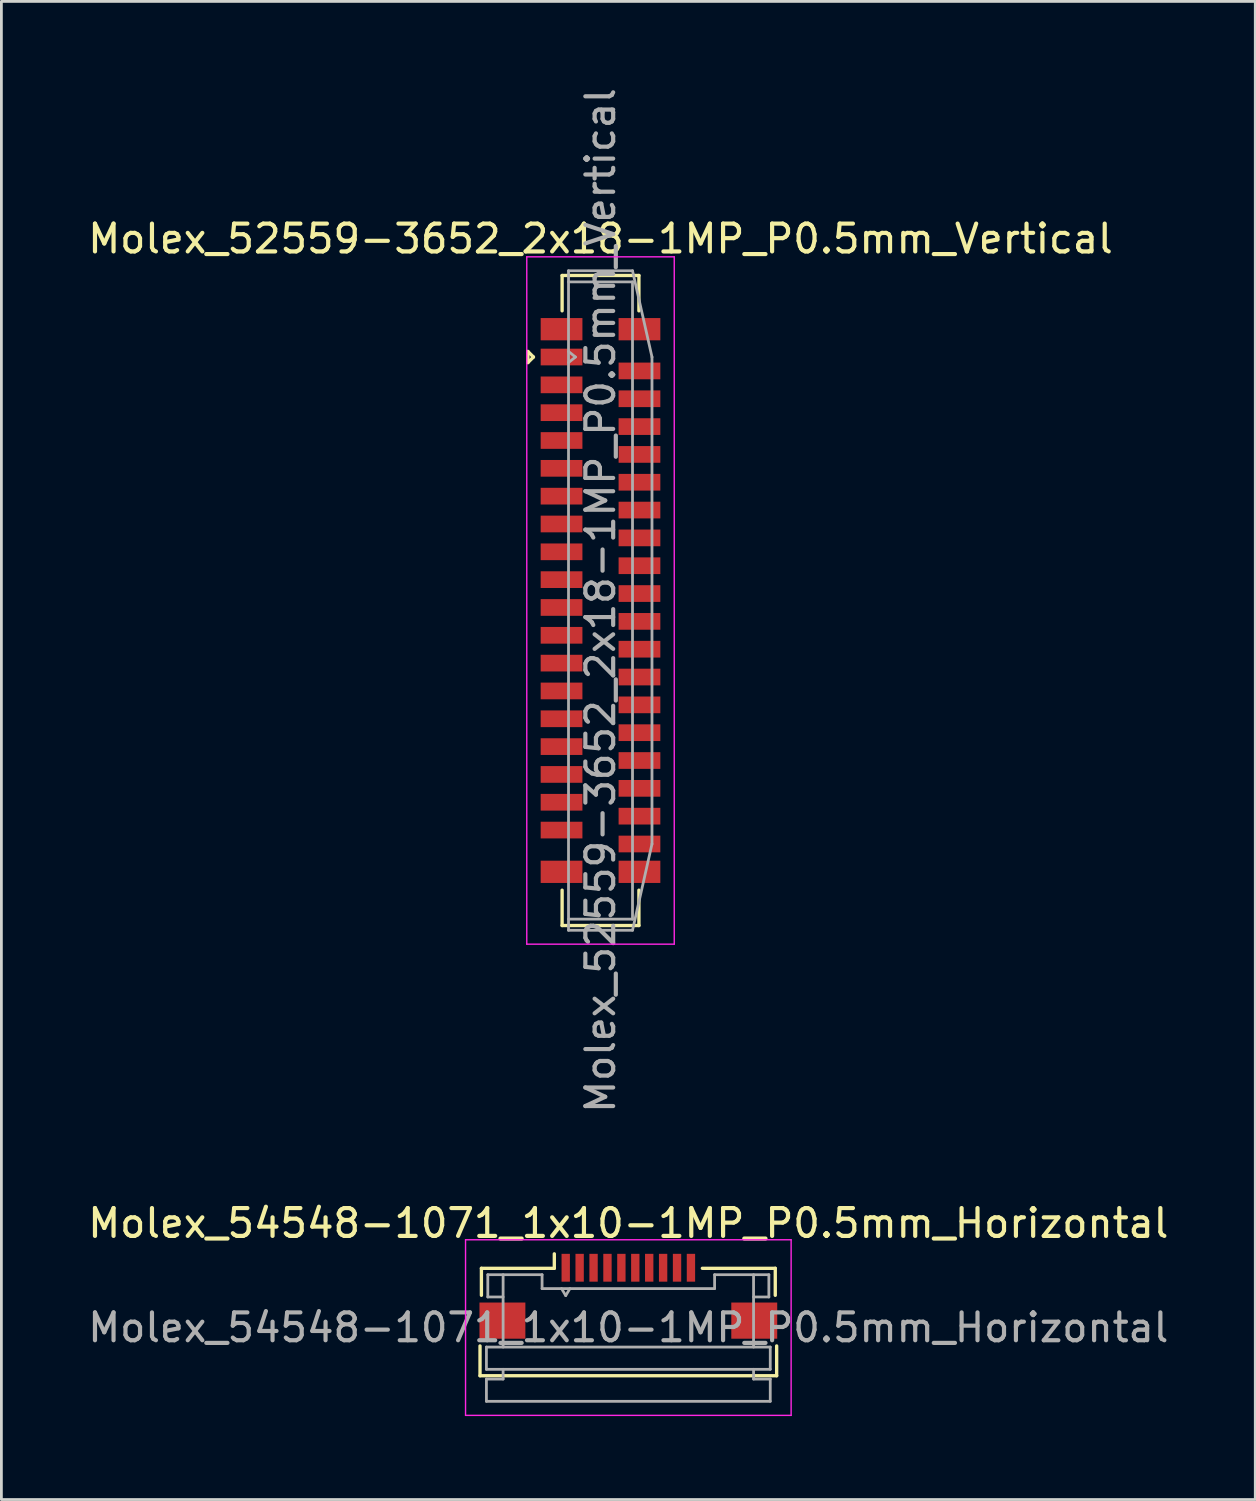
<source format=kicad_pcb>
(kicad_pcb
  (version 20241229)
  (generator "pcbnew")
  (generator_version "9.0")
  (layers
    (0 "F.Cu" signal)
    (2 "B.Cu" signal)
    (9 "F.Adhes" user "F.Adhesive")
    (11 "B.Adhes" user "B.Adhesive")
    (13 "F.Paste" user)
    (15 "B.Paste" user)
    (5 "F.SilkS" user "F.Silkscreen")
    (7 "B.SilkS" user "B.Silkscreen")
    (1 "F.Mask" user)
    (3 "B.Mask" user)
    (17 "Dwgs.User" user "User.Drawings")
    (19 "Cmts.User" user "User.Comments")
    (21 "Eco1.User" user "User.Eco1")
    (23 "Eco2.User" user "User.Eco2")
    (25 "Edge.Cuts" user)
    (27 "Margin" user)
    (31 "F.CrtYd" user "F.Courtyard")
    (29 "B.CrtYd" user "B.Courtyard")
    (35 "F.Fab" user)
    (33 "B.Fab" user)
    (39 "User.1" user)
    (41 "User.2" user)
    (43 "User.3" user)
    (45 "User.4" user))
  (footprint "Molex_52559-3652_2x18-1MP_P0.5mm_Vertical"
    (layer "F.Cu")
    (at 18.53 18.53)
    (property "Reference" "Molex_52559-3652_2x18-1MP_P0.5mm_Vertical" (at 0 -13 0) (layer "F.SilkS") (effects (font (size 1 1) (thickness 0.15))))
    (attr smd)
    (fp_line (start -2.61 -8.55) (end -2.61 -8.95) (stroke (width 0.12) (type solid)) (layer "F.SilkS"))
    (fp_line (start -2.41 -8.75) (end -2.61 -8.95) (stroke (width 0.12) (type solid)) (layer "F.SilkS"))
    (fp_line (start -2.41 -8.75) (end -2.61 -8.55) (stroke (width 0.12) (type solid)) (layer "F.SilkS"))
    (fp_line (start -1.38 -11.68) (end -1.38 -10.41) (stroke (width 0.12) (type solid)) (layer "F.SilkS"))
    (fp_line (start -1.38 11.68) (end -1.38 10.41) (stroke (width 0.12) (type solid)) (layer "F.SilkS"))
    (fp_line (start 1.38 -11.68) (end -1.38 -11.68) (stroke (width 0.12) (type solid)) (layer "F.SilkS"))
    (fp_line (start 1.38 -10.41) (end 1.38 -11.68) (stroke (width 0.12) (type solid)) (layer "F.SilkS"))
    (fp_line (start 1.38 11.68) (end -1.38 11.68) (stroke (width 0.12) (type solid)) (layer "F.SilkS"))
    (fp_line (start 1.38 11.68) (end 1.38 10.41) (stroke (width 0.12) (type solid)) (layer "F.SilkS"))
    (fp_line (start -2.65 -12.35) (end 2.65 -12.35) (stroke (width 0.05) (type solid)) (layer "F.CrtYd"))
    (fp_line (start -2.65 12.35) (end -2.65 -12.35) (stroke (width 0.05) (type solid)) (layer "F.CrtYd"))
    (fp_line (start 2.65 -12.35) (end 2.65 12.35) (stroke (width 0.05) (type solid)) (layer "F.CrtYd"))
    (fp_line (start 2.65 12.35) (end -2.65 12.35) (stroke (width 0.05) (type solid)) (layer "F.CrtYd"))
    (fp_line (start -1.15 -11.85) (end 1.15 -11.85) (stroke (width 0.1) (type solid)) (layer "F.Fab"))
    (fp_line (start -1.15 -11.45) (end 1.15 -11.45) (stroke (width 0.1) (type solid)) (layer "F.Fab"))
    (fp_line (start -1.15 -8.95) (end -0.9 -8.75) (stroke (width 0.1) (type solid)) (layer "F.Fab"))
    (fp_line (start -1.15 11.85) (end -1.15 -11.85) (stroke (width 0.1) (type solid)) (layer "F.Fab"))
    (fp_line (start -0.9 -8.75) (end -1.15 -8.55) (stroke (width 0.1) (type solid)) (layer "F.Fab"))
    (fp_line (start 1.15 -11.85) (end 1.85 -8.75) (stroke (width 0.1) (type solid)) (layer "F.Fab"))
    (fp_line (start 1.15 -11.45) (end 1.15 11.45) (stroke (width 0.1) (type solid)) (layer "F.Fab"))
    (fp_line (start 1.15 11.45) (end -1.15 11.45) (stroke (width 0.1) (type solid)) (layer "F.Fab"))
    (fp_line (start 1.15 11.85) (end -1.15 11.85) (stroke (width 0.1) (type solid)) (layer "F.Fab"))
    (fp_line (start 1.85 -8.75) (end 1.85 8.75) (stroke (width 0.1) (type solid)) (layer "F.Fab"))
    (fp_line (start 1.85 8.75) (end 1.15 11.85) (stroke (width 0.1) (type solid)) (layer "F.Fab"))
    (fp_text user "${REFERENCE}" (at 0 0 270) (layer "F.Fab") (effects (font (size 1 1) (thickness 0.15))))
    (pad "1" smd rect (at -1.4 -8.75 270) (size 0.6 1.5) (layers "F.Cu" "F.Mask" "F.Paste"))
    (pad "2" smd rect (at 1.4 -8.25 270) (size 0.6 1.5) (layers "F.Cu" "F.Mask" "F.Paste"))
    (pad "3" smd rect (at -1.4 -7.75 270) (size 0.6 1.5) (layers "F.Cu" "F.Mask" "F.Paste"))
    (pad "4" smd rect (at 1.4 -7.25 270) (size 0.6 1.5) (layers "F.Cu" "F.Mask" "F.Paste"))
    (pad "5" smd rect (at -1.4 -6.75 270) (size 0.6 1.5) (layers "F.Cu" "F.Mask" "F.Paste"))
    (pad "6" smd rect (at 1.4 -6.25 270) (size 0.6 1.5) (layers "F.Cu" "F.Mask" "F.Paste"))
    (pad "7" smd rect (at -1.4 -5.75 270) (size 0.6 1.5) (layers "F.Cu" "F.Mask" "F.Paste"))
    (pad "8" smd rect (at 1.4 -5.25 270) (size 0.6 1.5) (layers "F.Cu" "F.Mask" "F.Paste"))
    (pad "9" smd rect (at -1.4 -4.75 270) (size 0.6 1.5) (layers "F.Cu" "F.Mask" "F.Paste"))
    (pad "10" smd rect (at 1.4 -4.25 270) (size 0.6 1.5) (layers "F.Cu" "F.Mask" "F.Paste"))
    (pad "11" smd rect (at -1.4 -3.75 270) (size 0.6 1.5) (layers "F.Cu" "F.Mask" "F.Paste"))
    (pad "12" smd rect (at 1.4 -3.25 270) (size 0.6 1.5) (layers "F.Cu" "F.Mask" "F.Paste"))
    (pad "13" smd rect (at -1.4 -2.75 270) (size 0.6 1.5) (layers "F.Cu" "F.Mask" "F.Paste"))
    (pad "14" smd rect (at 1.4 -2.25 270) (size 0.6 1.5) (layers "F.Cu" "F.Mask" "F.Paste"))
    (pad "15" smd rect (at -1.4 -1.75 270) (size 0.6 1.5) (layers "F.Cu" "F.Mask" "F.Paste"))
    (pad "16" smd rect (at 1.4 -1.25 270) (size 0.6 1.5) (layers "F.Cu" "F.Mask" "F.Paste"))
    (pad "17" smd rect (at -1.4 -0.75 270) (size 0.6 1.5) (layers "F.Cu" "F.Mask" "F.Paste"))
    (pad "18" smd rect (at 1.4 -0.25 270) (size 0.6 1.5) (layers "F.Cu" "F.Mask" "F.Paste"))
    (pad "19" smd rect (at -1.4 0.25 270) (size 0.6 1.5) (layers "F.Cu" "F.Mask" "F.Paste"))
    (pad "20" smd rect (at 1.4 0.75 270) (size 0.6 1.5) (layers "F.Cu" "F.Mask" "F.Paste"))
    (pad "21" smd rect (at -1.4 1.25 270) (size 0.6 1.5) (layers "F.Cu" "F.Mask" "F.Paste"))
    (pad "22" smd rect (at 1.4 1.75 270) (size 0.6 1.5) (layers "F.Cu" "F.Mask" "F.Paste"))
    (pad "23" smd rect (at -1.4 2.25 270) (size 0.6 1.5) (layers "F.Cu" "F.Mask" "F.Paste"))
    (pad "24" smd rect (at 1.4 2.75 270) (size 0.6 1.5) (layers "F.Cu" "F.Mask" "F.Paste"))
    (pad "25" smd rect (at -1.4 3.25 270) (size 0.6 1.5) (layers "F.Cu" "F.Mask" "F.Paste"))
    (pad "26" smd rect (at 1.4 3.75 270) (size 0.6 1.5) (layers "F.Cu" "F.Mask" "F.Paste"))
    (pad "27" smd rect (at -1.4 4.25 270) (size 0.6 1.5) (layers "F.Cu" "F.Mask" "F.Paste"))
    (pad "28" smd rect (at 1.4 4.75 270) (size 0.6 1.5) (layers "F.Cu" "F.Mask" "F.Paste"))
    (pad "29" smd rect (at -1.4 5.25 270) (size 0.6 1.5) (layers "F.Cu" "F.Mask" "F.Paste"))
    (pad "30" smd rect (at 1.4 5.75 270) (size 0.6 1.5) (layers "F.Cu" "F.Mask" "F.Paste"))
    (pad "31" smd rect (at -1.4 6.25 270) (size 0.6 1.5) (layers "F.Cu" "F.Mask" "F.Paste"))
    (pad "32" smd rect (at 1.4 6.75 270) (size 0.6 1.5) (layers "F.Cu" "F.Mask" "F.Paste"))
    (pad "33" smd rect (at -1.4 7.25 270) (size 0.6 1.5) (layers "F.Cu" "F.Mask" "F.Paste"))
    (pad "34" smd rect (at 1.4 7.75 270) (size 0.6 1.5) (layers "F.Cu" "F.Mask" "F.Paste"))
    (pad "35" smd rect (at -1.4 8.25 270) (size 0.6 1.5) (layers "F.Cu" "F.Mask" "F.Paste"))
    (pad "36" smd rect (at 1.4 8.75 270) (size 0.6 1.5) (layers "F.Cu" "F.Mask" "F.Paste"))
    (pad "MP" smd rect (at -1.4 -9.75 270) (size 0.8 1.5) (layers "F.Cu" "F.Mask" "F.Paste"))
    (pad "MP" smd rect (at -1.4 9.75 270) (size 0.8 1.5) (layers "F.Cu" "F.Mask" "F.Paste"))
    (pad "MP" smd rect (at 1.4 -9.75 270) (size 0.8 1.5) (layers "F.Cu" "F.Mask" "F.Paste"))
    (pad "MP" smd rect (at 1.4 9.75 270) (size 0.8 1.5) (layers "F.Cu" "F.Mask" "F.Paste")))
  (footprint "Molex_54548-1071_1x10-1MP_P0.5mm_Horizontal"
    (layer "F.Cu")
    (at 19.53 43.533)
    (property "Reference" "Molex_54548-1071_1x10-1MP_P0.5mm_Horizontal" (at 0 -2.625 0) (layer "F.SilkS") (effects (font (size 1 1) (thickness 0.15))))
    (attr smd)
    (fp_line (start -5.33 1.785) (end -5.33 2.855) (stroke (width 0.12) (type solid)) (layer "F.SilkS"))
    (fp_line (start -5.33 2.855) (end 5.33 2.855) (stroke (width 0.12) (type solid)) (layer "F.SilkS"))
    (fp_line (start -5.28 -1.005) (end -5.28 -0.035) (stroke (width 0.12) (type solid)) (layer "F.SilkS"))
    (fp_line (start -2.66 -1.525) (end -2.66 -1.005) (stroke (width 0.12) (type solid)) (layer "F.SilkS"))
    (fp_line (start -2.66 -1.005) (end -5.28 -1.005) (stroke (width 0.12) (type solid)) (layer "F.SilkS"))
    (fp_line (start 5.28 -1.005) (end 2.66 -1.005) (stroke (width 0.12) (type solid)) (layer "F.SilkS"))
    (fp_line (start 5.28 -0.035) (end 5.28 -1.005) (stroke (width 0.12) (type solid)) (layer "F.SilkS"))
    (fp_line (start 5.33 2.855) (end 5.33 1.785) (stroke (width 0.12) (type solid)) (layer "F.SilkS"))
    (fp_line (start -5.85 -2.03) (end 5.85 -2.03) (stroke (width 0.05) (type solid)) (layer "F.CrtYd"))
    (fp_line (start -5.85 4.28) (end -5.85 -2.03) (stroke (width 0.05) (type solid)) (layer "F.CrtYd"))
    (fp_line (start 5.85 -2.03) (end 5.85 4.28) (stroke (width 0.05) (type solid)) (layer "F.CrtYd"))
    (fp_line (start 5.85 4.28) (end -5.85 4.28) (stroke (width 0.05) (type solid)) (layer "F.CrtYd"))
    (fp_line (start -5.1 1.825) (end -5.1 2.625) (stroke (width 0.1) (type solid)) (layer "F.Fab"))
    (fp_line (start -5.1 2.625) (end 5.1 2.625) (stroke (width 0.1) (type solid)) (layer "F.Fab"))
    (fp_line (start -5.1 2.975) (end -5.1 3.775) (stroke (width 0.1) (type solid)) (layer "F.Fab"))
    (fp_line (start -5.1 3.775) (end 5.1 3.775) (stroke (width 0.1) (type solid)) (layer "F.Fab"))
    (fp_line (start -5.05 -0.775) (end -5.05 0.025) (stroke (width 0.1) (type solid)) (layer "F.Fab"))
    (fp_line (start -5.05 -0.775) (end -3.1 -0.775) (stroke (width 0.1) (type solid)) (layer "F.Fab"))
    (fp_line (start -5.05 0.025) (end -4.5 0.025) (stroke (width 0.1) (type solid)) (layer "F.Fab"))
    (fp_line (start -4.5 1.825) (end -4.5 -0.775) (stroke (width 0.1) (type solid)) (layer "F.Fab"))
    (fp_line (start -4.5 2.625) (end -4.5 2.975) (stroke (width 0.1) (type solid)) (layer "F.Fab"))
    (fp_line (start -4.5 2.975) (end -5.1 2.975) (stroke (width 0.1) (type solid)) (layer "F.Fab"))
    (fp_line (start -3.1 -0.775) (end -3.1 -0.275) (stroke (width 0.1) (type solid)) (layer "F.Fab"))
    (fp_line (start -3.1 -0.275) (end 3.1 -0.275) (stroke (width 0.1) (type solid)) (layer "F.Fab"))
    (fp_line (start -2.4 -0.275) (end -2.25 -0.025) (stroke (width 0.1) (type solid)) (layer "F.Fab"))
    (fp_line (start -2.25 -0.025) (end -2.1 -0.275) (stroke (width 0.1) (type solid)) (layer "F.Fab"))
    (fp_line (start 3.1 -0.775) (end 5.05 -0.775) (stroke (width 0.1) (type solid)) (layer "F.Fab"))
    (fp_line (start 3.1 -0.275) (end 3.1 -0.775) (stroke (width 0.1) (type solid)) (layer "F.Fab"))
    (fp_line (start 4.5 -0.775) (end 4.5 1.825) (stroke (width 0.1) (type solid)) (layer "F.Fab"))
    (fp_line (start 4.5 2.975) (end 4.5 2.625) (stroke (width 0.1) (type solid)) (layer "F.Fab"))
    (fp_line (start 5.05 -0.775) (end 5.05 0.025) (stroke (width 0.1) (type solid)) (layer "F.Fab"))
    (fp_line (start 5.05 0.025) (end 4.5 0.025) (stroke (width 0.1) (type solid)) (layer "F.Fab"))
    (fp_line (start 5.1 1.825) (end -5.1 1.825) (stroke (width 0.1) (type solid)) (layer "F.Fab"))
    (fp_line (start 5.1 2.625) (end 5.1 1.825) (stroke (width 0.1) (type solid)) (layer "F.Fab"))
    (fp_line (start 5.1 2.975) (end 4.5 2.975) (stroke (width 0.1) (type solid)) (layer "F.Fab"))
    (fp_line (start 5.1 3.775) (end 5.1 2.975) (stroke (width 0.1) (type solid)) (layer "F.Fab"))
    (fp_text user "${REFERENCE}" (at 0 1.125 0) (layer "F.Fab") (effects (font (size 1 1) (thickness 0.15))))
    (pad "1" smd rect (at -2.25 -1.025) (size 0.3 1) (layers "F.Cu" "F.Mask" "F.Paste"))
    (pad "2" smd rect (at -1.75 -1.025) (size 0.3 1) (layers "F.Cu" "F.Mask" "F.Paste"))
    (pad "3" smd rect (at -1.25 -1.025) (size 0.3 1) (layers "F.Cu" "F.Mask" "F.Paste"))
    (pad "4" smd rect (at -0.75 -1.025) (size 0.3 1) (layers "F.Cu" "F.Mask" "F.Paste"))
    (pad "5" smd rect (at -0.25 -1.025) (size 0.3 1) (layers "F.Cu" "F.Mask" "F.Paste"))
    (pad "6" smd rect (at 0.25 -1.025) (size 0.3 1) (layers "F.Cu" "F.Mask" "F.Paste"))
    (pad "7" smd rect (at 0.75 -1.025) (size 0.3 1) (layers "F.Cu" "F.Mask" "F.Paste"))
    (pad "8" smd rect (at 1.25 -1.025) (size 0.3 1) (layers "F.Cu" "F.Mask" "F.Paste"))
    (pad "9" smd rect (at 1.75 -1.025) (size 0.3 1) (layers "F.Cu" "F.Mask" "F.Paste"))
    (pad "10" smd rect (at 2.25 -1.025) (size 0.3 1) (layers "F.Cu" "F.Mask" "F.Paste"))
    (pad "MP" smd rect (at -4.525 0.875) (size 1.65 1.3) (layers "F.Cu" "F.Mask" "F.Paste"))
    (pad "MP" smd rect (at 4.525 0.875) (size 1.65 1.3) (layers "F.Cu" "F.Mask" "F.Paste")))
  (gr_rect
    (start -3 -3)
    (end 42.06 50.838)
    (stroke (width 0.1) (type default))
    (fill no)
    (layer "Edge.Cuts")))
</source>
